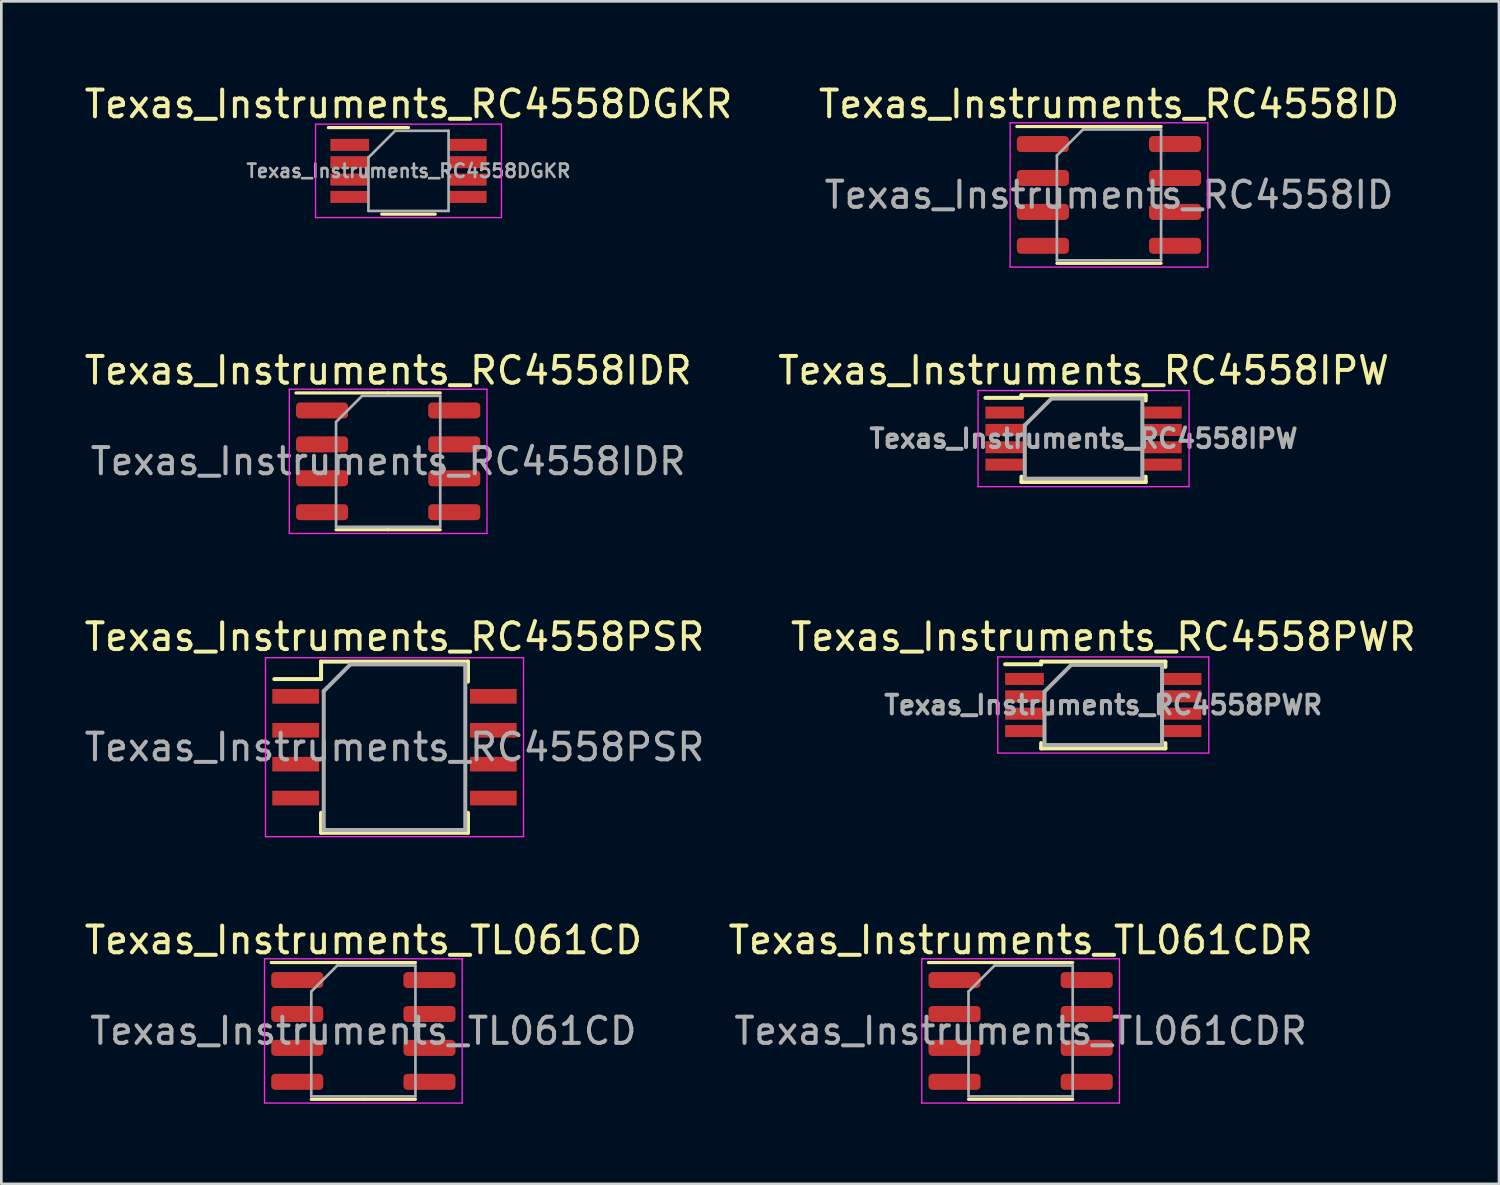
<source format=kicad_pcb>
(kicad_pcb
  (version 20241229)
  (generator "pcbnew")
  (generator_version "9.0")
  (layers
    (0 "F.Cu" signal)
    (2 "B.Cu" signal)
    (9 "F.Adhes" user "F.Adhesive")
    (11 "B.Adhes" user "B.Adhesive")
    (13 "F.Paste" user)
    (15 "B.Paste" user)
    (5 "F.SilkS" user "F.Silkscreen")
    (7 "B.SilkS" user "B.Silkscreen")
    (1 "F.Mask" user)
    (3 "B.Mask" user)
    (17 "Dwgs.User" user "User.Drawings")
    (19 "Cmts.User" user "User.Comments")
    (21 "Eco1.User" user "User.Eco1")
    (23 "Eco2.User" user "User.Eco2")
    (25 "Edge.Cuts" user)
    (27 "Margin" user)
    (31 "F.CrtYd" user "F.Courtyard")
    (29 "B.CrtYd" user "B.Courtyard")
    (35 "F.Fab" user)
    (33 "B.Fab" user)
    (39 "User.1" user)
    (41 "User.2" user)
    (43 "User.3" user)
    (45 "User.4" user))
  (footprint "Texas_Instruments_RC4558IDR"
    (layer "F.Cu")
    (at 11.482 14.222)
    (property "Reference" "Texas_Instruments_RC4558IDR" (at 0 -3.4 0) (layer "F.SilkS") (effects (font (size 1 1) (thickness 0.15))))
    (attr smd)
    (fp_line (start 0 -2.56) (end -3.45 -2.56) (stroke (width 0.12) (type solid)) (layer "F.SilkS"))
    (fp_line (start 0 -2.56) (end 1.95 -2.56) (stroke (width 0.12) (type solid)) (layer "F.SilkS"))
    (fp_line (start 0 2.56) (end -1.95 2.56) (stroke (width 0.12) (type solid)) (layer "F.SilkS"))
    (fp_line (start 0 2.56) (end 1.95 2.56) (stroke (width 0.12) (type solid)) (layer "F.SilkS"))
    (fp_line (start -3.7 -2.7) (end -3.7 2.7) (stroke (width 0.05) (type solid)) (layer "F.CrtYd"))
    (fp_line (start -3.7 2.7) (end 3.7 2.7) (stroke (width 0.05) (type solid)) (layer "F.CrtYd"))
    (fp_line (start 3.7 -2.7) (end -3.7 -2.7) (stroke (width 0.05) (type solid)) (layer "F.CrtYd"))
    (fp_line (start 3.7 2.7) (end 3.7 -2.7) (stroke (width 0.05) (type solid)) (layer "F.CrtYd"))
    (fp_line (start -1.95 -1.475) (end -0.975 -2.45) (stroke (width 0.1) (type solid)) (layer "F.Fab"))
    (fp_line (start -1.95 2.45) (end -1.95 -1.475) (stroke (width 0.1) (type solid)) (layer "F.Fab"))
    (fp_line (start -0.975 -2.45) (end 1.95 -2.45) (stroke (width 0.1) (type solid)) (layer "F.Fab"))
    (fp_line (start 1.95 -2.45) (end 1.95 2.45) (stroke (width 0.1) (type solid)) (layer "F.Fab"))
    (fp_line (start 1.95 2.45) (end -1.95 2.45) (stroke (width 0.1) (type solid)) (layer "F.Fab"))
    (fp_text user "${REFERENCE}" (at 0 0 0) (layer "F.Fab") (effects (font (size 0.98 0.98) (thickness 0.15))))
    (pad "1" smd roundrect (at -2.475 -1.905) (size 1.95 0.6) (layers "F.Cu" "F.Mask" "F.Paste") (roundrect_rratio 0.25))
    (pad "2" smd roundrect (at -2.475 -0.635) (size 1.95 0.6) (layers "F.Cu" "F.Mask" "F.Paste") (roundrect_rratio 0.25))
    (pad "3" smd roundrect (at -2.475 0.635) (size 1.95 0.6) (layers "F.Cu" "F.Mask" "F.Paste") (roundrect_rratio 0.25))
    (pad "4" smd roundrect (at -2.475 1.905) (size 1.95 0.6) (layers "F.Cu" "F.Mask" "F.Paste") (roundrect_rratio 0.25))
    (pad "5" smd roundrect (at 2.475 1.905) (size 1.95 0.6) (layers "F.Cu" "F.Mask" "F.Paste") (roundrect_rratio 0.25))
    (pad "6" smd roundrect (at 2.475 0.635) (size 1.95 0.6) (layers "F.Cu" "F.Mask" "F.Paste") (roundrect_rratio 0.25))
    (pad "7" smd roundrect (at 2.475 -0.635) (size 1.95 0.6) (layers "F.Cu" "F.Mask" "F.Paste") (roundrect_rratio 0.25))
    (pad "8" smd roundrect (at 2.475 -1.905) (size 1.95 0.6) (layers "F.Cu" "F.Mask" "F.Paste") (roundrect_rratio 0.25)))
  (footprint "Texas_Instruments_RC4558IPW"
    (layer "F.Cu")
    (at 37.518 13.371)
    (property "Reference" "Texas_Instruments_RC4558IPW" (at 0 -2.55 0) (layer "F.SilkS") (effects (font (size 1 1) (thickness 0.15))))
    (attr smd)
    (fp_line (start -2.325 -1.625) (end -2.325 -1.525) (stroke (width 0.15) (type solid)) (layer "F.SilkS"))
    (fp_line (start -2.325 -1.625) (end 2.325 -1.625) (stroke (width 0.15) (type solid)) (layer "F.SilkS"))
    (fp_line (start -2.325 -1.525) (end -3.675 -1.525) (stroke (width 0.15) (type solid)) (layer "F.SilkS"))
    (fp_line (start -2.325 1.625) (end -2.325 1.425) (stroke (width 0.15) (type solid)) (layer "F.SilkS"))
    (fp_line (start -2.325 1.625) (end 2.325 1.625) (stroke (width 0.15) (type solid)) (layer "F.SilkS"))
    (fp_line (start 2.325 -1.625) (end 2.325 -1.425) (stroke (width 0.15) (type solid)) (layer "F.SilkS"))
    (fp_line (start 2.325 1.625) (end 2.325 1.425) (stroke (width 0.15) (type solid)) (layer "F.SilkS"))
    (fp_line (start -3.95 -1.8) (end -3.95 1.8) (stroke (width 0.05) (type solid)) (layer "F.CrtYd"))
    (fp_line (start -3.95 -1.8) (end 3.95 -1.8) (stroke (width 0.05) (type solid)) (layer "F.CrtYd"))
    (fp_line (start -3.95 1.8) (end 3.95 1.8) (stroke (width 0.05) (type solid)) (layer "F.CrtYd"))
    (fp_line (start 3.95 -1.8) (end 3.95 1.8) (stroke (width 0.05) (type solid)) (layer "F.CrtYd"))
    (fp_line (start -2.2 -0.5) (end -1.2 -1.5) (stroke (width 0.15) (type solid)) (layer "F.Fab"))
    (fp_line (start -2.2 1.5) (end -2.2 -0.5) (stroke (width 0.15) (type solid)) (layer "F.Fab"))
    (fp_line (start -1.2 -1.5) (end 2.2 -1.5) (stroke (width 0.15) (type solid)) (layer "F.Fab"))
    (fp_line (start 2.2 -1.5) (end 2.2 1.5) (stroke (width 0.15) (type solid)) (layer "F.Fab"))
    (fp_line (start 2.2 1.5) (end -2.2 1.5) (stroke (width 0.15) (type solid)) (layer "F.Fab"))
    (fp_text user "${REFERENCE}" (at 0 0 0) (layer "F.Fab") (effects (font (size 0.7 0.7) (thickness 0.15))))
    (pad "1" smd rect (at -2.95 -0.975) (size 1.45 0.45) (layers "F.Cu" "F.Mask" "F.Paste"))
    (pad "2" smd rect (at -2.95 -0.325) (size 1.45 0.45) (layers "F.Cu" "F.Mask" "F.Paste"))
    (pad "3" smd rect (at -2.95 0.325) (size 1.45 0.45) (layers "F.Cu" "F.Mask" "F.Paste"))
    (pad "4" smd rect (at -2.95 0.975) (size 1.45 0.45) (layers "F.Cu" "F.Mask" "F.Paste"))
    (pad "5" smd rect (at 2.95 0.975) (size 1.45 0.45) (layers "F.Cu" "F.Mask" "F.Paste"))
    (pad "6" smd rect (at 2.95 0.325) (size 1.45 0.45) (layers "F.Cu" "F.Mask" "F.Paste"))
    (pad "7" smd rect (at 2.95 -0.325) (size 1.45 0.45) (layers "F.Cu" "F.Mask" "F.Paste"))
    (pad "8" smd rect (at 2.95 -0.975) (size 1.45 0.45) (layers "F.Cu" "F.Mask" "F.Paste")))
  (footprint "Texas_Instruments_RC4558PWR"
    (layer "F.Cu")
    (at 38.256 23.345)
    (property "Reference" "Texas_Instruments_RC4558PWR" (at 0 -2.55 0) (layer "F.SilkS") (effects (font (size 1 1) (thickness 0.15))))
    (attr smd)
    (fp_line (start -2.325 -1.625) (end -2.325 -1.525) (stroke (width 0.15) (type solid)) (layer "F.SilkS"))
    (fp_line (start -2.325 -1.625) (end 2.325 -1.625) (stroke (width 0.15) (type solid)) (layer "F.SilkS"))
    (fp_line (start -2.325 -1.525) (end -3.675 -1.525) (stroke (width 0.15) (type solid)) (layer "F.SilkS"))
    (fp_line (start -2.325 1.625) (end -2.325 1.425) (stroke (width 0.15) (type solid)) (layer "F.SilkS"))
    (fp_line (start -2.325 1.625) (end 2.325 1.625) (stroke (width 0.15) (type solid)) (layer "F.SilkS"))
    (fp_line (start 2.325 -1.625) (end 2.325 -1.425) (stroke (width 0.15) (type solid)) (layer "F.SilkS"))
    (fp_line (start 2.325 1.625) (end 2.325 1.425) (stroke (width 0.15) (type solid)) (layer "F.SilkS"))
    (fp_line (start -3.95 -1.8) (end -3.95 1.8) (stroke (width 0.05) (type solid)) (layer "F.CrtYd"))
    (fp_line (start -3.95 -1.8) (end 3.95 -1.8) (stroke (width 0.05) (type solid)) (layer "F.CrtYd"))
    (fp_line (start -3.95 1.8) (end 3.95 1.8) (stroke (width 0.05) (type solid)) (layer "F.CrtYd"))
    (fp_line (start 3.95 -1.8) (end 3.95 1.8) (stroke (width 0.05) (type solid)) (layer "F.CrtYd"))
    (fp_line (start -2.2 -0.5) (end -1.2 -1.5) (stroke (width 0.15) (type solid)) (layer "F.Fab"))
    (fp_line (start -2.2 1.5) (end -2.2 -0.5) (stroke (width 0.15) (type solid)) (layer "F.Fab"))
    (fp_line (start -1.2 -1.5) (end 2.2 -1.5) (stroke (width 0.15) (type solid)) (layer "F.Fab"))
    (fp_line (start 2.2 -1.5) (end 2.2 1.5) (stroke (width 0.15) (type solid)) (layer "F.Fab"))
    (fp_line (start 2.2 1.5) (end -2.2 1.5) (stroke (width 0.15) (type solid)) (layer "F.Fab"))
    (fp_text user "${REFERENCE}" (at 0 0 0) (layer "F.Fab") (effects (font (size 0.7 0.7) (thickness 0.15))))
    (pad "1" smd rect (at -2.95 -0.975) (size 1.45 0.45) (layers "F.Cu" "F.Mask" "F.Paste"))
    (pad "2" smd rect (at -2.95 -0.325) (size 1.45 0.45) (layers "F.Cu" "F.Mask" "F.Paste"))
    (pad "3" smd rect (at -2.95 0.325) (size 1.45 0.45) (layers "F.Cu" "F.Mask" "F.Paste"))
    (pad "4" smd rect (at -2.95 0.975) (size 1.45 0.45) (layers "F.Cu" "F.Mask" "F.Paste"))
    (pad "5" smd rect (at 2.95 0.975) (size 1.45 0.45) (layers "F.Cu" "F.Mask" "F.Paste"))
    (pad "6" smd rect (at 2.95 0.325) (size 1.45 0.45) (layers "F.Cu" "F.Mask" "F.Paste"))
    (pad "7" smd rect (at 2.95 -0.325) (size 1.45 0.45) (layers "F.Cu" "F.Mask" "F.Paste"))
    (pad "8" smd rect (at 2.95 -0.975) (size 1.45 0.45) (layers "F.Cu" "F.Mask" "F.Paste")))
  (footprint "Texas_Instruments_RC4558DGKR"
    (layer "F.Cu")
    (at 12.244 3.348)
    (property "Reference" "Texas_Instruments_RC4558DGKR" (at 0 -2.5 0) (layer "F.SilkS") (effects (font (size 1 1) (thickness 0.15))))
    (attr smd)
    (fp_line (start 0 -1.62) (end -3 -1.62) (stroke (width 0.12) (type solid)) (layer "F.SilkS"))
    (fp_line (start 1 1.62) (end -1 1.62) (stroke (width 0.12) (type solid)) (layer "F.SilkS"))
    (fp_line (start -3.48 -1.75) (end 3.48 -1.75) (stroke (width 0.05) (type solid)) (layer "F.CrtYd"))
    (fp_line (start -3.48 1.75) (end -3.48 -1.75) (stroke (width 0.05) (type solid)) (layer "F.CrtYd"))
    (fp_line (start 3.48 -1.75) (end 3.48 1.75) (stroke (width 0.05) (type solid)) (layer "F.CrtYd"))
    (fp_line (start 3.48 1.75) (end -3.48 1.75) (stroke (width 0.05) (type solid)) (layer "F.CrtYd"))
    (fp_line (start -1.5 1.5) (end -1.5 -0.5) (stroke (width 0.1) (type solid)) (layer "F.Fab"))
    (fp_line (start -0.5 -1.5) (end -1.5 -0.5) (stroke (width 0.1) (type solid)) (layer "F.Fab"))
    (fp_line (start -0.5 -1.5) (end 1.5 -1.5) (stroke (width 0.1) (type solid)) (layer "F.Fab"))
    (fp_line (start 1.5 -1.5) (end 1.5 1.5) (stroke (width 0.1) (type solid)) (layer "F.Fab"))
    (fp_line (start 1.5 1.5) (end -1.5 1.5) (stroke (width 0.1) (type solid)) (layer "F.Fab"))
    (fp_text user "${REFERENCE}" (at 0 0 0) (layer "F.Fab") (effects (font (size 0.5 0.5) (thickness 0.1))))
    (pad "1" smd rect (at -2.2 -0.975 270) (size 0.45 1.45) (layers "F.Cu" "F.Mask" "F.Paste"))
    (pad "2" smd rect (at -2.2 -0.325 270) (size 0.45 1.45) (layers "F.Cu" "F.Mask" "F.Paste"))
    (pad "3" smd rect (at -2.2 0.325 270) (size 0.45 1.45) (layers "F.Cu" "F.Mask" "F.Paste"))
    (pad "4" smd rect (at -2.2 0.975 270) (size 0.45 1.45) (layers "F.Cu" "F.Mask" "F.Paste"))
    (pad "5" smd rect (at 2.2 0.975 270) (size 0.45 1.45) (layers "F.Cu" "F.Mask" "F.Paste"))
    (pad "6" smd rect (at 2.2 0.325 270) (size 0.45 1.45) (layers "F.Cu" "F.Mask" "F.Paste"))
    (pad "7" smd rect (at 2.2 -0.325 270) (size 0.45 1.45) (layers "F.Cu" "F.Mask" "F.Paste"))
    (pad "8" smd rect (at 2.2 -0.975 270) (size 0.45 1.45) (layers "F.Cu" "F.Mask" "F.Paste")))
  (footprint "Texas_Instruments_RC4558PSR"
    (layer "F.Cu")
    (at 11.72 24.925)
    (property "Reference" "Texas_Instruments_RC4558PSR" (at 0 -4.13 0) (layer "F.SilkS") (effects (font (size 1 1) (thickness 0.15))))
    (attr smd)
    (fp_line (start -2.75 -3.205) (end -2.75 -2.55) (stroke (width 0.15) (type solid)) (layer "F.SilkS"))
    (fp_line (start -2.75 -3.205) (end 2.75 -3.205) (stroke (width 0.15) (type solid)) (layer "F.SilkS"))
    (fp_line (start -2.75 -2.55) (end -4.5 -2.55) (stroke (width 0.15) (type solid)) (layer "F.SilkS"))
    (fp_line (start -2.75 3.205) (end -2.75 2.455) (stroke (width 0.15) (type solid)) (layer "F.SilkS"))
    (fp_line (start -2.75 3.205) (end 2.75 3.205) (stroke (width 0.15) (type solid)) (layer "F.SilkS"))
    (fp_line (start 2.75 -3.205) (end 2.75 -2.455) (stroke (width 0.15) (type solid)) (layer "F.SilkS"))
    (fp_line (start 2.75 3.205) (end 2.75 2.455) (stroke (width 0.15) (type solid)) (layer "F.SilkS"))
    (fp_line (start -4.83 -3.35) (end -4.83 3.35) (stroke (width 0.05) (type solid)) (layer "F.CrtYd"))
    (fp_line (start -4.83 -3.35) (end 4.83 -3.35) (stroke (width 0.05) (type solid)) (layer "F.CrtYd"))
    (fp_line (start -4.83 3.35) (end 4.83 3.35) (stroke (width 0.05) (type solid)) (layer "F.CrtYd"))
    (fp_line (start 4.83 -3.35) (end 4.83 3.35) (stroke (width 0.05) (type solid)) (layer "F.CrtYd"))
    (fp_line (start -2.65 -2.1) (end -1.65 -3.1) (stroke (width 0.15) (type solid)) (layer "F.Fab"))
    (fp_line (start -2.65 3.1) (end -2.65 -2.1) (stroke (width 0.15) (type solid)) (layer "F.Fab"))
    (fp_line (start -1.65 -3.1) (end 2.65 -3.1) (stroke (width 0.15) (type solid)) (layer "F.Fab"))
    (fp_line (start 2.65 -3.1) (end 2.65 3.1) (stroke (width 0.15) (type solid)) (layer "F.Fab"))
    (fp_line (start 2.65 3.1) (end -2.65 3.1) (stroke (width 0.15) (type solid)) (layer "F.Fab"))
    (fp_text user "${REFERENCE}" (at 0 0 0) (layer "F.Fab") (effects (font (size 1 1) (thickness 0.15))))
    (pad "1" smd rect (at -3.7 -1.905) (size 1.75 0.55) (layers "F.Cu" "F.Mask" "F.Paste"))
    (pad "2" smd rect (at -3.7 -0.635) (size 1.75 0.55) (layers "F.Cu" "F.Mask" "F.Paste"))
    (pad "3" smd rect (at -3.7 0.635) (size 1.75 0.55) (layers "F.Cu" "F.Mask" "F.Paste"))
    (pad "4" smd rect (at -3.7 1.905) (size 1.75 0.55) (layers "F.Cu" "F.Mask" "F.Paste"))
    (pad "5" smd rect (at 3.7 1.905) (size 1.75 0.55) (layers "F.Cu" "F.Mask" "F.Paste"))
    (pad "6" smd rect (at 3.7 0.635) (size 1.75 0.55) (layers "F.Cu" "F.Mask" "F.Paste"))
    (pad "7" smd rect (at 3.7 -0.635) (size 1.75 0.55) (layers "F.Cu" "F.Mask" "F.Paste"))
    (pad "8" smd rect (at 3.7 -1.905) (size 1.75 0.55) (layers "F.Cu" "F.Mask" "F.Paste")))
  (footprint "Texas_Instruments_RC4558ID"
    (layer "F.Cu")
    (at 38.47 4.248)
    (property "Reference" "Texas_Instruments_RC4558ID" (at 0 -3.4 0) (layer "F.SilkS") (effects (font (size 1 1) (thickness 0.15))))
    (attr smd)
    (fp_line (start 0 -2.56) (end -3.45 -2.56) (stroke (width 0.12) (type solid)) (layer "F.SilkS"))
    (fp_line (start 0 -2.56) (end 1.95 -2.56) (stroke (width 0.12) (type solid)) (layer "F.SilkS"))
    (fp_line (start 0 2.56) (end -1.95 2.56) (stroke (width 0.12) (type solid)) (layer "F.SilkS"))
    (fp_line (start 0 2.56) (end 1.95 2.56) (stroke (width 0.12) (type solid)) (layer "F.SilkS"))
    (fp_line (start -3.7 -2.7) (end -3.7 2.7) (stroke (width 0.05) (type solid)) (layer "F.CrtYd"))
    (fp_line (start -3.7 2.7) (end 3.7 2.7) (stroke (width 0.05) (type solid)) (layer "F.CrtYd"))
    (fp_line (start 3.7 -2.7) (end -3.7 -2.7) (stroke (width 0.05) (type solid)) (layer "F.CrtYd"))
    (fp_line (start 3.7 2.7) (end 3.7 -2.7) (stroke (width 0.05) (type solid)) (layer "F.CrtYd"))
    (fp_line (start -1.95 -1.475) (end -0.975 -2.45) (stroke (width 0.1) (type solid)) (layer "F.Fab"))
    (fp_line (start -1.95 2.45) (end -1.95 -1.475) (stroke (width 0.1) (type solid)) (layer "F.Fab"))
    (fp_line (start -0.975 -2.45) (end 1.95 -2.45) (stroke (width 0.1) (type solid)) (layer "F.Fab"))
    (fp_line (start 1.95 -2.45) (end 1.95 2.45) (stroke (width 0.1) (type solid)) (layer "F.Fab"))
    (fp_line (start 1.95 2.45) (end -1.95 2.45) (stroke (width 0.1) (type solid)) (layer "F.Fab"))
    (fp_text user "${REFERENCE}" (at 0 0 0) (layer "F.Fab") (effects (font (size 0.98 0.98) (thickness 0.15))))
    (pad "1" smd roundrect (at -2.475 -1.905) (size 1.95 0.6) (layers "F.Cu" "F.Mask" "F.Paste") (roundrect_rratio 0.25))
    (pad "2" smd roundrect (at -2.475 -0.635) (size 1.95 0.6) (layers "F.Cu" "F.Mask" "F.Paste") (roundrect_rratio 0.25))
    (pad "3" smd roundrect (at -2.475 0.635) (size 1.95 0.6) (layers "F.Cu" "F.Mask" "F.Paste") (roundrect_rratio 0.25))
    (pad "4" smd roundrect (at -2.475 1.905) (size 1.95 0.6) (layers "F.Cu" "F.Mask" "F.Paste") (roundrect_rratio 0.25))
    (pad "5" smd roundrect (at 2.475 1.905) (size 1.95 0.6) (layers "F.Cu" "F.Mask" "F.Paste") (roundrect_rratio 0.25))
    (pad "6" smd roundrect (at 2.475 0.635) (size 1.95 0.6) (layers "F.Cu" "F.Mask" "F.Paste") (roundrect_rratio 0.25))
    (pad "7" smd roundrect (at 2.475 -0.635) (size 1.95 0.6) (layers "F.Cu" "F.Mask" "F.Paste") (roundrect_rratio 0.25))
    (pad "8" smd roundrect (at 2.475 -1.905) (size 1.95 0.6) (layers "F.Cu" "F.Mask" "F.Paste") (roundrect_rratio 0.25)))
  (footprint "Texas_Instruments_TL061CDR"
    (layer "F.Cu")
    (at 35.161 35.548)
    (property "Reference" "Texas_Instruments_TL061CDR" (at 0 -3.4 0) (layer "F.SilkS") (effects (font (size 1 1) (thickness 0.15))))
    (attr smd)
    (fp_line (start 0 -2.56) (end -3.45 -2.56) (stroke (width 0.12) (type solid)) (layer "F.SilkS"))
    (fp_line (start 0 -2.56) (end 1.95 -2.56) (stroke (width 0.12) (type solid)) (layer "F.SilkS"))
    (fp_line (start 0 2.56) (end -1.95 2.56) (stroke (width 0.12) (type solid)) (layer "F.SilkS"))
    (fp_line (start 0 2.56) (end 1.95 2.56) (stroke (width 0.12) (type solid)) (layer "F.SilkS"))
    (fp_line (start -3.7 -2.7) (end -3.7 2.7) (stroke (width 0.05) (type solid)) (layer "F.CrtYd"))
    (fp_line (start -3.7 2.7) (end 3.7 2.7) (stroke (width 0.05) (type solid)) (layer "F.CrtYd"))
    (fp_line (start 3.7 -2.7) (end -3.7 -2.7) (stroke (width 0.05) (type solid)) (layer "F.CrtYd"))
    (fp_line (start 3.7 2.7) (end 3.7 -2.7) (stroke (width 0.05) (type solid)) (layer "F.CrtYd"))
    (fp_line (start -1.95 -1.475) (end -0.975 -2.45) (stroke (width 0.1) (type solid)) (layer "F.Fab"))
    (fp_line (start -1.95 2.45) (end -1.95 -1.475) (stroke (width 0.1) (type solid)) (layer "F.Fab"))
    (fp_line (start -0.975 -2.45) (end 1.95 -2.45) (stroke (width 0.1) (type solid)) (layer "F.Fab"))
    (fp_line (start 1.95 -2.45) (end 1.95 2.45) (stroke (width 0.1) (type solid)) (layer "F.Fab"))
    (fp_line (start 1.95 2.45) (end -1.95 2.45) (stroke (width 0.1) (type solid)) (layer "F.Fab"))
    (fp_text user "${REFERENCE}" (at 0 0 0) (layer "F.Fab") (effects (font (size 0.98 0.98) (thickness 0.15))))
    (pad "1" smd roundrect (at -2.475 -1.905) (size 1.95 0.6) (layers "F.Cu" "F.Mask" "F.Paste") (roundrect_rratio 0.25))
    (pad "2" smd roundrect (at -2.475 -0.635) (size 1.95 0.6) (layers "F.Cu" "F.Mask" "F.Paste") (roundrect_rratio 0.25))
    (pad "3" smd roundrect (at -2.475 0.635) (size 1.95 0.6) (layers "F.Cu" "F.Mask" "F.Paste") (roundrect_rratio 0.25))
    (pad "4" smd roundrect (at -2.475 1.905) (size 1.95 0.6) (layers "F.Cu" "F.Mask" "F.Paste") (roundrect_rratio 0.25))
    (pad "5" smd roundrect (at 2.475 1.905) (size 1.95 0.6) (layers "F.Cu" "F.Mask" "F.Paste") (roundrect_rratio 0.25))
    (pad "6" smd roundrect (at 2.475 0.635) (size 1.95 0.6) (layers "F.Cu" "F.Mask" "F.Paste") (roundrect_rratio 0.25))
    (pad "7" smd roundrect (at 2.475 -0.635) (size 1.95 0.6) (layers "F.Cu" "F.Mask" "F.Paste") (roundrect_rratio 0.25))
    (pad "8" smd roundrect (at 2.475 -1.905) (size 1.95 0.6) (layers "F.Cu" "F.Mask" "F.Paste") (roundrect_rratio 0.25)))
  (footprint "Texas_Instruments_TL061CD"
    (layer "F.Cu")
    (at 10.554 35.548)
    (property "Reference" "Texas_Instruments_TL061CD" (at 0 -3.4 0) (layer "F.SilkS") (effects (font (size 1 1) (thickness 0.15))))
    (attr smd)
    (fp_line (start 0 -2.56) (end -3.45 -2.56) (stroke (width 0.12) (type solid)) (layer "F.SilkS"))
    (fp_line (start 0 -2.56) (end 1.95 -2.56) (stroke (width 0.12) (type solid)) (layer "F.SilkS"))
    (fp_line (start 0 2.56) (end -1.95 2.56) (stroke (width 0.12) (type solid)) (layer "F.SilkS"))
    (fp_line (start 0 2.56) (end 1.95 2.56) (stroke (width 0.12) (type solid)) (layer "F.SilkS"))
    (fp_line (start -3.7 -2.7) (end -3.7 2.7) (stroke (width 0.05) (type solid)) (layer "F.CrtYd"))
    (fp_line (start -3.7 2.7) (end 3.7 2.7) (stroke (width 0.05) (type solid)) (layer "F.CrtYd"))
    (fp_line (start 3.7 -2.7) (end -3.7 -2.7) (stroke (width 0.05) (type solid)) (layer "F.CrtYd"))
    (fp_line (start 3.7 2.7) (end 3.7 -2.7) (stroke (width 0.05) (type solid)) (layer "F.CrtYd"))
    (fp_line (start -1.95 -1.475) (end -0.975 -2.45) (stroke (width 0.1) (type solid)) (layer "F.Fab"))
    (fp_line (start -1.95 2.45) (end -1.95 -1.475) (stroke (width 0.1) (type solid)) (layer "F.Fab"))
    (fp_line (start -0.975 -2.45) (end 1.95 -2.45) (stroke (width 0.1) (type solid)) (layer "F.Fab"))
    (fp_line (start 1.95 -2.45) (end 1.95 2.45) (stroke (width 0.1) (type solid)) (layer "F.Fab"))
    (fp_line (start 1.95 2.45) (end -1.95 2.45) (stroke (width 0.1) (type solid)) (layer "F.Fab"))
    (fp_text user "${REFERENCE}" (at 0 0 0) (layer "F.Fab") (effects (font (size 0.98 0.98) (thickness 0.15))))
    (pad "1" smd roundrect (at -2.475 -1.905) (size 1.95 0.6) (layers "F.Cu" "F.Mask" "F.Paste") (roundrect_rratio 0.25))
    (pad "2" smd roundrect (at -2.475 -0.635) (size 1.95 0.6) (layers "F.Cu" "F.Mask" "F.Paste") (roundrect_rratio 0.25))
    (pad "3" smd roundrect (at -2.475 0.635) (size 1.95 0.6) (layers "F.Cu" "F.Mask" "F.Paste") (roundrect_rratio 0.25))
    (pad "4" smd roundrect (at -2.475 1.905) (size 1.95 0.6) (layers "F.Cu" "F.Mask" "F.Paste") (roundrect_rratio 0.25))
    (pad "5" smd roundrect (at 2.475 1.905) (size 1.95 0.6) (layers "F.Cu" "F.Mask" "F.Paste") (roundrect_rratio 0.25))
    (pad "6" smd roundrect (at 2.475 0.635) (size 1.95 0.6) (layers "F.Cu" "F.Mask" "F.Paste") (roundrect_rratio 0.25))
    (pad "7" smd roundrect (at 2.475 -0.635) (size 1.95 0.6) (layers "F.Cu" "F.Mask" "F.Paste") (roundrect_rratio 0.25))
    (pad "8" smd roundrect (at 2.475 -1.905) (size 1.95 0.6) (layers "F.Cu" "F.Mask" "F.Paste") (roundrect_rratio 0.25)))
  (gr_rect
    (start -3 -3)
    (end 53.071 41.273)
    (stroke (width 0.1) (type default))
    (fill no)
    (layer "Edge.Cuts")))
</source>
